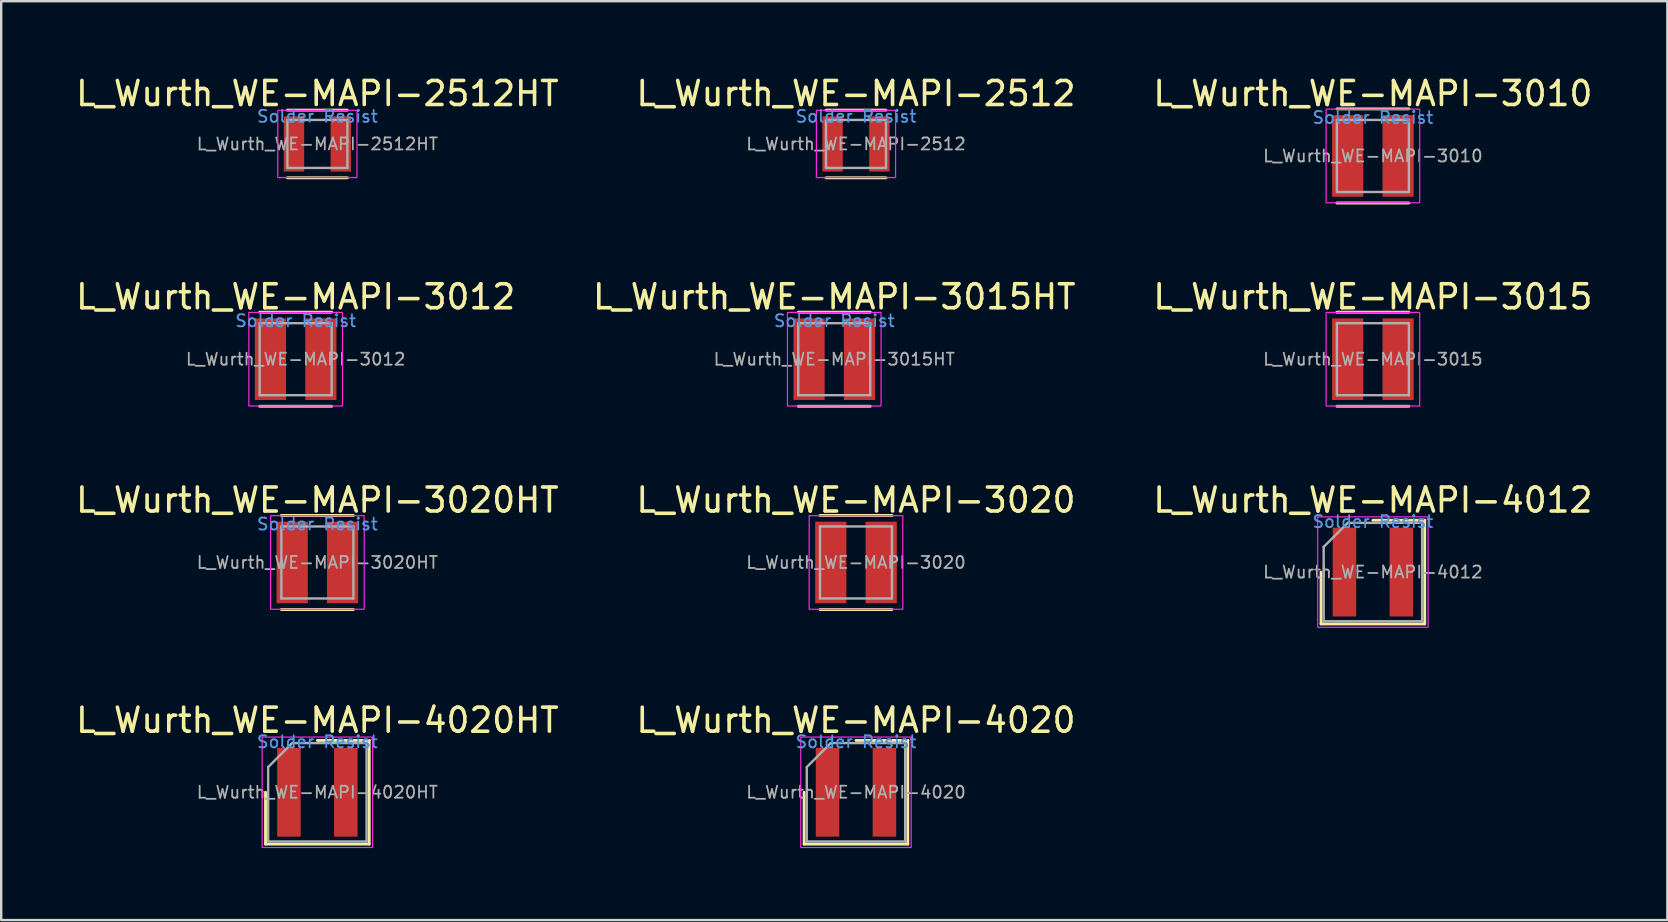
<source format=kicad_pcb>
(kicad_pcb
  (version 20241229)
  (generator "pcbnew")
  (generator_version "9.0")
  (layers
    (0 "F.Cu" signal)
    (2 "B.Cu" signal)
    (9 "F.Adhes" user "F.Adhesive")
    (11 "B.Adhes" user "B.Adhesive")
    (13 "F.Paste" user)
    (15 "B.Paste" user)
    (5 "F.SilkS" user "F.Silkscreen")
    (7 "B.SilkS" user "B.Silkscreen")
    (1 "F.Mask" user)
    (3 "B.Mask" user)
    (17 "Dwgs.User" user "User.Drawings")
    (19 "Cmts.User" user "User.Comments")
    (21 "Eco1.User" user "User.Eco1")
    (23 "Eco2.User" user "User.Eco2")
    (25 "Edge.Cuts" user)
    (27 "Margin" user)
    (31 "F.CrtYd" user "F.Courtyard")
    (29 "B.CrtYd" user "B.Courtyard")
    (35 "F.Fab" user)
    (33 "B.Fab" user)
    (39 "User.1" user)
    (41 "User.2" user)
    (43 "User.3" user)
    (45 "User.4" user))
  (footprint "L_Wurth_WE-MAPI-3015HT"
    (layer "F.Cu")
    (at 31.708 11.916)
    (property "Reference" "L_Wurth_WE-MAPI-3015HT" (at 0 -2.6 0) (unlocked yes) (layer "F.SilkS") (effects (font (size 1 1) (thickness 0.15))))
    (attr smd)
    (fp_line (start -1.5 -1.96) (end 1.5 -1.96) (stroke (width 0.12) (type solid)) (layer "F.SilkS"))
    (fp_line (start -1.5 1.96) (end 1.5 1.96) (stroke (width 0.12) (type solid)) (layer "F.SilkS"))
    (fp_rect (start -1.95 -1.95) (end 1.95 1.95) (stroke (width 0.05) (type solid)) (fill no) (layer "F.CrtYd"))
    (fp_line (start -1.5 -1.5) (end 1.5 -1.5) (stroke (width 0.1) (type solid)) (layer "F.Fab"))
    (fp_line (start -1.5 1.5) (end -1.5 -1.5) (stroke (width 0.1) (type solid)) (layer "F.Fab"))
    (fp_line (start -1.5 1.5) (end 1.5 1.5) (stroke (width 0.1) (type solid)) (layer "F.Fab"))
    (fp_line (start 1.5 -1.5) (end 1.5 1.5) (stroke (width 0.1) (type solid)) (layer "F.Fab"))
    (fp_text user "Solder Resist" (at 0 -1.6 0) (unlocked yes) (layer "Cmts.User") (effects (font (size 0.5 0.5) (thickness 0.075))))
    (fp_text user "${REFERENCE}" (at 0 0 0) (unlocked yes) (layer "F.Fab") (effects (font (size 0.5 0.5) (thickness 0.075))))
    (pad "1" smd rect (at -1.05 0) (size 1.3 3.4) (layers "F.Cu" "F.Mask" "F.Paste"))
    (pad "2" smd rect (at 1.05 0) (size 1.3 3.4) (layers "F.Cu" "F.Mask" "F.Paste"))
    (zone (net_name "") (layers "F.Cu" "Dwgs.User") (name "Solder Resist") (hatch full 0.1) (connect_pads) (min_thickness 0.25) (filled_areas_thickness no) (keepout (tracks not_allowed) (vias not_allowed) (pads not_allowed) (copperpour not_allowed) (footprints not_allowed)) (placement (enabled no)) (fill) (polygon (pts (xy 31.308 9.966) (xy 31.308 13.867) (xy 32.108 13.867) (xy 32.108 9.966)))))
  (footprint "L_Wurth_WE-MAPI-3012"
    (layer "F.Cu")
    (at 9.268 11.916)
    (property "Reference" "L_Wurth_WE-MAPI-3012" (at 0 -2.6 0) (unlocked yes) (layer "F.SilkS") (effects (font (size 1 1) (thickness 0.15))))
    (attr smd)
    (fp_line (start -1.5 -1.96) (end 1.5 -1.96) (stroke (width 0.12) (type solid)) (layer "F.SilkS"))
    (fp_line (start -1.5 1.96) (end 1.5 1.96) (stroke (width 0.12) (type solid)) (layer "F.SilkS"))
    (fp_rect (start -1.95 -1.95) (end 1.95 1.95) (stroke (width 0.05) (type solid)) (fill no) (layer "F.CrtYd"))
    (fp_line (start -1.5 -1.5) (end 1.5 -1.5) (stroke (width 0.1) (type solid)) (layer "F.Fab"))
    (fp_line (start -1.5 1.5) (end -1.5 -1.5) (stroke (width 0.1) (type solid)) (layer "F.Fab"))
    (fp_line (start -1.5 1.5) (end 1.5 1.5) (stroke (width 0.1) (type solid)) (layer "F.Fab"))
    (fp_line (start 1.5 -1.5) (end 1.5 1.5) (stroke (width 0.1) (type solid)) (layer "F.Fab"))
    (fp_text user "Solder Resist" (at 0 -1.6 0) (unlocked yes) (layer "Cmts.User") (effects (font (size 0.5 0.5) (thickness 0.075))))
    (fp_text user "${REFERENCE}" (at 0 0 0) (unlocked yes) (layer "F.Fab") (effects (font (size 0.5 0.5) (thickness 0.075))))
    (pad "1" smd rect (at -1.05 0) (size 1.3 3.4) (layers "F.Cu" "F.Mask" "F.Paste"))
    (pad "2" smd rect (at 1.05 0) (size 1.3 3.4) (layers "F.Cu" "F.Mask" "F.Paste"))
    (zone (net_name "") (layers "F.Cu" "Dwgs.User") (name "Solder Resist") (hatch full 0.1) (connect_pads) (min_thickness 0.25) (filled_areas_thickness no) (keepout (tracks not_allowed) (vias not_allowed) (pads not_allowed) (copperpour not_allowed) (footprints not_allowed)) (placement (enabled no)) (fill) (polygon (pts (xy 8.868 9.966) (xy 8.868 13.867) (xy 9.668 13.867) (xy 9.668 9.966)))))
  (footprint "L_Wurth_WE-MAPI-4012"
    (layer "F.Cu")
    (at 54.149 20.785)
    (property "Reference" "L_Wurth_WE-MAPI-4012" (at 0 -3 0) (unlocked yes) (layer "F.SilkS") (effects (font (size 1 1) (thickness 0.15))))
    (attr smd)
    (fp_line (start -2.16 0) (end -2.16 2.16) (stroke (width 0.12) (type solid)) (layer "F.SilkS"))
    (fp_line (start -2.16 2.16) (end 2.16 2.16) (stroke (width 0.12) (type solid)) (layer "F.SilkS"))
    (fp_line (start 0 -2.16) (end 2.16 -2.16) (stroke (width 0.12) (type solid)) (layer "F.SilkS"))
    (fp_line (start 2.16 -2.16) (end 2.16 2.16) (stroke (width 0.12) (type solid)) (layer "F.SilkS"))
    (fp_rect (start -2.3 -2.3) (end 2.3 2.3) (stroke (width 0.05) (type solid)) (fill no) (layer "F.CrtYd"))
    (fp_line (start -2.05 -1.05) (end -1.05 -2.05) (stroke (width 0.1) (type solid)) (layer "F.Fab"))
    (fp_line (start -2.05 2.05) (end -2.05 -1.05) (stroke (width 0.1) (type solid)) (layer "F.Fab"))
    (fp_line (start -2.05 2.05) (end 2.05 2.05) (stroke (width 0.1) (type solid)) (layer "F.Fab"))
    (fp_line (start -1.05 -2.05) (end 2.05 -2.05) (stroke (width 0.1) (type solid)) (layer "F.Fab"))
    (fp_line (start 2.05 -2.05) (end 2.05 2.05) (stroke (width 0.1) (type solid)) (layer "F.Fab"))
    (fp_text user "Solder Resist" (at 0 -2.1 0) (unlocked yes) (layer "Cmts.User") (effects (font (size 0.5 0.5) (thickness 0.075))))
    (fp_text user "${REFERENCE}" (at 0 0 0) (unlocked yes) (layer "F.Fab") (effects (font (size 0.5 0.5) (thickness 0.075))))
    (pad "1" smd rect (at -1.185 0) (size 0.98 3.7) (layers "F.Cu" "F.Mask" "F.Paste"))
    (pad "2" smd rect (at 1.185 0) (size 0.98 3.7) (layers "F.Cu" "F.Mask" "F.Paste"))
    (zone (net_name "") (layers "F.Cu" "Dwgs.User") (name "Solder Resist") (hatch full 0.1) (connect_pads) (min_thickness 0.25) (filled_areas_thickness no) (keepout (tracks not_allowed) (vias not_allowed) (pads not_allowed) (copperpour not_allowed) (footprints not_allowed)) (placement (enabled no)) (fill) (polygon (pts (xy 53.449 22.935) (xy 54.849 22.935) (xy 54.849 18.635) (xy 53.449 18.635)))))
  (footprint "L_Wurth_WE-MAPI-4020HT"
    (layer "F.Cu")
    (at 10.173 29.958)
    (property "Reference" "L_Wurth_WE-MAPI-4020HT" (at 0 -3 0) (unlocked yes) (layer "F.SilkS") (effects (font (size 1 1) (thickness 0.15))))
    (attr smd)
    (fp_line (start -2.16 0) (end -2.16 2.16) (stroke (width 0.12) (type solid)) (layer "F.SilkS"))
    (fp_line (start -2.16 2.16) (end 2.16 2.16) (stroke (width 0.12) (type solid)) (layer "F.SilkS"))
    (fp_line (start 0 -2.16) (end 2.16 -2.16) (stroke (width 0.12) (type solid)) (layer "F.SilkS"))
    (fp_line (start 2.16 -2.16) (end 2.16 2.16) (stroke (width 0.12) (type solid)) (layer "F.SilkS"))
    (fp_rect (start -2.3 -2.3) (end 2.3 2.3) (stroke (width 0.05) (type solid)) (fill no) (layer "F.CrtYd"))
    (fp_line (start -2.05 -1.05) (end -1.05 -2.05) (stroke (width 0.1) (type solid)) (layer "F.Fab"))
    (fp_line (start -2.05 2.05) (end -2.05 -1.05) (stroke (width 0.1) (type solid)) (layer "F.Fab"))
    (fp_line (start -2.05 2.05) (end 2.05 2.05) (stroke (width 0.1) (type solid)) (layer "F.Fab"))
    (fp_line (start -1.05 -2.05) (end 2.05 -2.05) (stroke (width 0.1) (type solid)) (layer "F.Fab"))
    (fp_line (start 2.05 -2.05) (end 2.05 2.05) (stroke (width 0.1) (type solid)) (layer "F.Fab"))
    (fp_text user "Solder Resist" (at 0 -2.1 0) (unlocked yes) (layer "Cmts.User") (effects (font (size 0.5 0.5) (thickness 0.075))))
    (fp_text user "${REFERENCE}" (at 0 0 0) (unlocked yes) (layer "F.Fab") (effects (font (size 0.5 0.5) (thickness 0.075))))
    (pad "1" smd rect (at -1.185 0) (size 0.98 3.7) (layers "F.Cu" "F.Mask" "F.Paste"))
    (pad "2" smd rect (at 1.185 0) (size 0.98 3.7) (layers "F.Cu" "F.Mask" "F.Paste"))
    (zone (net_name "") (layers "F.Cu" "Dwgs.User") (name "Solder Resist") (hatch full 0.1) (connect_pads) (min_thickness 0.25) (filled_areas_thickness no) (keepout (tracks not_allowed) (vias not_allowed) (pads not_allowed) (copperpour not_allowed) (footprints not_allowed)) (placement (enabled no)) (fill) (polygon (pts (xy 9.473 32.108) (xy 10.873 32.108) (xy 10.873 27.808) (xy 9.473 27.808)))))
  (footprint "L_Wurth_WE-MAPI-2512HT"
    (layer "F.Cu")
    (at 10.173 2.948)
    (property "Reference" "L_Wurth_WE-MAPI-2512HT" (at 0 -2.1 0) (unlocked yes) (layer "F.SilkS") (effects (font (size 1 1) (thickness 0.15))))
    (attr smd)
    (fp_line (start -1.25 -1.41) (end 1.25 -1.41) (stroke (width 0.12) (type solid)) (layer "F.SilkS"))
    (fp_line (start -1.25 1.41) (end 1.25 1.41) (stroke (width 0.12) (type solid)) (layer "F.SilkS"))
    (fp_rect (start -1.65 -1.4) (end 1.65 1.4) (stroke (width 0.05) (type solid)) (fill no) (layer "F.CrtYd"))
    (fp_line (start -1.25 -1) (end 1.25 -1) (stroke (width 0.1) (type solid)) (layer "F.Fab"))
    (fp_line (start -1.25 1) (end -1.25 -1) (stroke (width 0.1) (type solid)) (layer "F.Fab"))
    (fp_line (start -1.25 1) (end 1.25 1) (stroke (width 0.1) (type solid)) (layer "F.Fab"))
    (fp_line (start 1.25 -1) (end 1.25 1) (stroke (width 0.1) (type solid)) (layer "F.Fab"))
    (fp_text user "Solder Resist" (at 0 -1.15 0) (unlocked yes) (layer "Cmts.User") (effects (font (size 0.5 0.5) (thickness 0.075))))
    (fp_text user "${REFERENCE}" (at 0 0 0) (unlocked yes) (layer "F.Fab") (effects (font (size 0.5 0.5) (thickness 0.075))))
    (pad "1" smd rect (at -0.975 0) (size 0.85 2.3) (layers "F.Cu" "F.Mask" "F.Paste"))
    (pad "2" smd rect (at 0.975 0) (size 0.85 2.3) (layers "F.Cu" "F.Mask" "F.Paste"))
    (zone (net_name "") (layers "F.Cu" "Dwgs.User") (name "Solder Resist") (hatch full 0.1) (connect_pads) (min_thickness 0.25) (filled_areas_thickness no) (keepout (tracks not_allowed) (vias not_allowed) (pads not_allowed) (copperpour not_allowed) (footprints not_allowed)) (placement (enabled no)) (fill) (polygon (pts (xy 9.623 1.548) (xy 9.623 4.348) (xy 10.723 4.348) (xy 10.723 1.548)))))
  (footprint "L_Wurth_WE-MAPI-3010"
    (layer "F.Cu")
    (at 54.149 3.448)
    (property "Reference" "L_Wurth_WE-MAPI-3010" (at 0 -2.6 0) (unlocked yes) (layer "F.SilkS") (effects (font (size 1 1) (thickness 0.15))))
    (attr smd)
    (fp_line (start -1.5 -1.96) (end 1.5 -1.96) (stroke (width 0.12) (type solid)) (layer "F.SilkS"))
    (fp_line (start -1.5 1.96) (end 1.5 1.96) (stroke (width 0.12) (type solid)) (layer "F.SilkS"))
    (fp_rect (start -1.95 -1.95) (end 1.95 1.95) (stroke (width 0.05) (type solid)) (fill no) (layer "F.CrtYd"))
    (fp_line (start -1.5 -1.5) (end 1.5 -1.5) (stroke (width 0.1) (type solid)) (layer "F.Fab"))
    (fp_line (start -1.5 1.5) (end -1.5 -1.5) (stroke (width 0.1) (type solid)) (layer "F.Fab"))
    (fp_line (start -1.5 1.5) (end 1.5 1.5) (stroke (width 0.1) (type solid)) (layer "F.Fab"))
    (fp_line (start 1.5 -1.5) (end 1.5 1.5) (stroke (width 0.1) (type solid)) (layer "F.Fab"))
    (fp_text user "Solder Resist" (at 0 -1.6 0) (unlocked yes) (layer "Cmts.User") (effects (font (size 0.5 0.5) (thickness 0.075))))
    (fp_text user "${REFERENCE}" (at 0 0 0) (unlocked yes) (layer "F.Fab") (effects (font (size 0.5 0.5) (thickness 0.075))))
    (pad "1" smd rect (at -1.05 0) (size 1.3 3.4) (layers "F.Cu" "F.Mask" "F.Paste"))
    (pad "2" smd rect (at 1.05 0) (size 1.3 3.4) (layers "F.Cu" "F.Mask" "F.Paste"))
    (zone (net_name "") (layers "F.Cu" "Dwgs.User") (name "Solder Resist") (hatch full 0.1) (connect_pads) (min_thickness 0.25) (filled_areas_thickness no) (keepout (tracks not_allowed) (vias not_allowed) (pads not_allowed) (copperpour not_allowed) (footprints not_allowed)) (placement (enabled no)) (fill) (polygon (pts (xy 53.749 1.498) (xy 53.749 5.398) (xy 54.549 5.398) (xy 54.549 1.498)))))
  (footprint "L_Wurth_WE-MAPI-3020"
    (layer "F.Cu")
    (at 32.613 20.385)
    (property "Reference" "L_Wurth_WE-MAPI-3020" (at 0 -2.6 0) (unlocked yes) (layer "F.SilkS") (effects (font (size 1 1) (thickness 0.15))))
    (attr smd)
    (fp_line (start -1.5 -1.96) (end 1.5 -1.96) (stroke (width 0.12) (type solid)) (layer "F.SilkS"))
    (fp_line (start -1.5 1.96) (end 1.5 1.96) (stroke (width 0.12) (type solid)) (layer "F.SilkS"))
    (fp_rect (start -1.95 -1.95) (end 1.95 1.95) (stroke (width 0.05) (type solid)) (fill no) (layer "F.CrtYd"))
    (fp_line (start -1.5 -1.5) (end 1.5 -1.5) (stroke (width 0.1) (type solid)) (layer "F.Fab"))
    (fp_line (start -1.5 1.5) (end -1.5 -1.5) (stroke (width 0.1) (type solid)) (layer "F.Fab"))
    (fp_line (start -1.5 1.5) (end 1.5 1.5) (stroke (width 0.1) (type solid)) (layer "F.Fab"))
    (fp_line (start 1.5 -1.5) (end 1.5 1.5) (stroke (width 0.1) (type solid)) (layer "F.Fab"))
    (fp_text user "${REFERENCE}" (at 0 0 0) (unlocked yes) (layer "F.Fab") (effects (font (size 0.5 0.5) (thickness 0.075))))
    (pad "1" smd rect (at -1.05 0) (size 1.3 3.4) (layers "F.Cu" "F.Mask" "F.Paste"))
    (pad "2" smd rect (at 1.05 0) (size 1.3 3.4) (layers "F.Cu" "F.Mask" "F.Paste")))
  (footprint "L_Wurth_WE-MAPI-2512"
    (layer "F.Cu")
    (at 32.613 2.948)
    (property "Reference" "L_Wurth_WE-MAPI-2512" (at 0 -2.1 0) (unlocked yes) (layer "F.SilkS") (effects (font (size 1 1) (thickness 0.15))))
    (attr smd)
    (fp_line (start -1.25 -1.41) (end 1.25 -1.41) (stroke (width 0.12) (type solid)) (layer "F.SilkS"))
    (fp_line (start -1.25 1.41) (end 1.25 1.41) (stroke (width 0.12) (type solid)) (layer "F.SilkS"))
    (fp_rect (start -1.65 -1.4) (end 1.65 1.4) (stroke (width 0.05) (type solid)) (fill no) (layer "F.CrtYd"))
    (fp_line (start -1.25 -1) (end 1.25 -1) (stroke (width 0.1) (type solid)) (layer "F.Fab"))
    (fp_line (start -1.25 1) (end -1.25 -1) (stroke (width 0.1) (type solid)) (layer "F.Fab"))
    (fp_line (start -1.25 1) (end 1.25 1) (stroke (width 0.1) (type solid)) (layer "F.Fab"))
    (fp_line (start 1.25 -1) (end 1.25 1) (stroke (width 0.1) (type solid)) (layer "F.Fab"))
    (fp_text user "Solder Resist" (at 0 -1.15 0) (unlocked yes) (layer "Cmts.User") (effects (font (size 0.5 0.5) (thickness 0.075))))
    (fp_text user "${REFERENCE}" (at 0 0 0) (unlocked yes) (layer "F.Fab") (effects (font (size 0.5 0.5) (thickness 0.075))))
    (pad "1" smd rect (at -0.975 0) (size 0.85 2.3) (layers "F.Cu" "F.Mask" "F.Paste"))
    (pad "2" smd rect (at 0.975 0) (size 0.85 2.3) (layers "F.Cu" "F.Mask" "F.Paste"))
    (zone (net_name "") (layers "F.Cu" "Dwgs.User") (name "Solder Resist") (hatch full 0.1) (connect_pads) (min_thickness 0.25) (filled_areas_thickness no) (keepout (tracks not_allowed) (vias not_allowed) (pads not_allowed) (copperpour not_allowed) (footprints not_allowed)) (placement (enabled no)) (fill) (polygon (pts (xy 32.063 1.548) (xy 32.063 4.348) (xy 33.163 4.348) (xy 33.163 1.548)))))
  (footprint "L_Wurth_WE-MAPI-3020HT"
    (layer "F.Cu")
    (at 10.173 20.385)
    (property "Reference" "L_Wurth_WE-MAPI-3020HT" (at 0 -2.6 0) (unlocked yes) (layer "F.SilkS") (effects (font (size 1 1) (thickness 0.15))))
    (attr smd)
    (fp_line (start -1.5 -1.96) (end 1.5 -1.96) (stroke (width 0.12) (type solid)) (layer "F.SilkS"))
    (fp_line (start -1.5 1.96) (end 1.5 1.96) (stroke (width 0.12) (type solid)) (layer "F.SilkS"))
    (fp_rect (start -1.95 -1.95) (end 1.95 1.95) (stroke (width 0.05) (type solid)) (fill no) (layer "F.CrtYd"))
    (fp_line (start -1.5 -1.5) (end 1.5 -1.5) (stroke (width 0.1) (type solid)) (layer "F.Fab"))
    (fp_line (start -1.5 1.5) (end -1.5 -1.5) (stroke (width 0.1) (type solid)) (layer "F.Fab"))
    (fp_line (start -1.5 1.5) (end 1.5 1.5) (stroke (width 0.1) (type solid)) (layer "F.Fab"))
    (fp_line (start 1.5 -1.5) (end 1.5 1.5) (stroke (width 0.1) (type solid)) (layer "F.Fab"))
    (fp_text user "Solder Resist" (at 0 -1.6 0) (unlocked yes) (layer "Cmts.User") (effects (font (size 0.5 0.5) (thickness 0.075))))
    (fp_text user "${REFERENCE}" (at 0 0 0) (unlocked yes) (layer "F.Fab") (effects (font (size 0.5 0.5) (thickness 0.075))))
    (pad "1" smd rect (at -1.05 0) (size 1.3 3.4) (layers "F.Cu" "F.Mask" "F.Paste"))
    (pad "2" smd rect (at 1.05 0) (size 1.3 3.4) (layers "F.Cu" "F.Mask" "F.Paste"))
    (zone (net_name "") (layers "F.Cu" "Dwgs.User") (name "Solder Resist") (hatch full 0.1) (connect_pads) (min_thickness 0.25) (filled_areas_thickness no) (keepout (tracks not_allowed) (vias not_allowed) (pads not_allowed) (copperpour not_allowed) (footprints not_allowed)) (placement (enabled no)) (fill) (polygon (pts (xy 9.773 18.435) (xy 9.773 22.335) (xy 10.573 22.335) (xy 10.573 18.435)))))
  (footprint "L_Wurth_WE-MAPI-4020"
    (layer "F.Cu")
    (at 32.613 29.958)
    (property "Reference" "L_Wurth_WE-MAPI-4020" (at 0 -3 0) (unlocked yes) (layer "F.SilkS") (effects (font (size 1 1) (thickness 0.15))))
    (attr smd)
    (fp_line (start -2.16 0) (end -2.16 2.16) (stroke (width 0.12) (type solid)) (layer "F.SilkS"))
    (fp_line (start -2.16 2.16) (end 2.16 2.16) (stroke (width 0.12) (type solid)) (layer "F.SilkS"))
    (fp_line (start 0 -2.16) (end 2.16 -2.16) (stroke (width 0.12) (type solid)) (layer "F.SilkS"))
    (fp_line (start 2.16 -2.16) (end 2.16 2.16) (stroke (width 0.12) (type solid)) (layer "F.SilkS"))
    (fp_rect (start -2.3 -2.3) (end 2.3 2.3) (stroke (width 0.05) (type solid)) (fill no) (layer "F.CrtYd"))
    (fp_line (start -2.05 -1.05) (end -1.05 -2.05) (stroke (width 0.1) (type solid)) (layer "F.Fab"))
    (fp_line (start -2.05 2.05) (end -2.05 -1.05) (stroke (width 0.1) (type solid)) (layer "F.Fab"))
    (fp_line (start -2.05 2.05) (end 2.05 2.05) (stroke (width 0.1) (type solid)) (layer "F.Fab"))
    (fp_line (start -1.05 -2.05) (end 2.05 -2.05) (stroke (width 0.1) (type solid)) (layer "F.Fab"))
    (fp_line (start 2.05 -2.05) (end 2.05 2.05) (stroke (width 0.1) (type solid)) (layer "F.Fab"))
    (fp_text user "Solder Resist" (at 0 -2.1 0) (unlocked yes) (layer "Cmts.User") (effects (font (size 0.5 0.5) (thickness 0.075))))
    (fp_text user "${REFERENCE}" (at 0 0 0) (unlocked yes) (layer "F.Fab") (effects (font (size 0.5 0.5) (thickness 0.075))))
    (pad "1" smd rect (at -1.185 0) (size 0.98 3.7) (layers "F.Cu" "F.Mask" "F.Paste"))
    (pad "2" smd rect (at 1.185 0) (size 0.98 3.7) (layers "F.Cu" "F.Mask" "F.Paste"))
    (zone (net_name "") (layers "F.Cu" "Dwgs.User") (name "Solder Resist") (hatch full 0.1) (connect_pads) (min_thickness 0.25) (filled_areas_thickness no) (keepout (tracks not_allowed) (vias not_allowed) (pads not_allowed) (copperpour not_allowed) (footprints not_allowed)) (placement (enabled no)) (fill) (polygon (pts (xy 31.913 32.108) (xy 33.313 32.108) (xy 33.313 27.808) (xy 31.913 27.808)))))
  (footprint "L_Wurth_WE-MAPI-3015"
    (layer "F.Cu")
    (at 54.149 11.916)
    (property "Reference" "L_Wurth_WE-MAPI-3015" (at 0 -2.6 0) (unlocked yes) (layer "F.SilkS") (effects (font (size 1 1) (thickness 0.15))))
    (attr smd)
    (fp_line (start -1.5 -1.96) (end 1.5 -1.96) (stroke (width 0.12) (type solid)) (layer "F.SilkS"))
    (fp_line (start -1.5 1.96) (end 1.5 1.96) (stroke (width 0.12) (type solid)) (layer "F.SilkS"))
    (fp_rect (start -1.95 -1.95) (end 1.95 1.95) (stroke (width 0.05) (type solid)) (fill no) (layer "F.CrtYd"))
    (fp_line (start -1.5 -1.5) (end 1.5 -1.5) (stroke (width 0.1) (type solid)) (layer "F.Fab"))
    (fp_line (start -1.5 1.5) (end -1.5 -1.5) (stroke (width 0.1) (type solid)) (layer "F.Fab"))
    (fp_line (start -1.5 1.5) (end 1.5 1.5) (stroke (width 0.1) (type solid)) (layer "F.Fab"))
    (fp_line (start 1.5 -1.5) (end 1.5 1.5) (stroke (width 0.1) (type solid)) (layer "F.Fab"))
    (fp_text user "${REFERENCE}" (at 0 0 0) (unlocked yes) (layer "F.Fab") (effects (font (size 0.5 0.5) (thickness 0.075))))
    (pad "1" smd rect (at -1.05 0) (size 1.3 3.4) (layers "F.Cu" "F.Mask" "F.Paste"))
    (pad "2" smd rect (at 1.05 0) (size 1.3 3.4) (layers "F.Cu" "F.Mask" "F.Paste")))
  (gr_rect
    (start -3 -3)
    (end 66.417 35.283)
    (stroke (width 0.1) (type default))
    (fill no)
    (layer "Edge.Cuts")))
</source>
